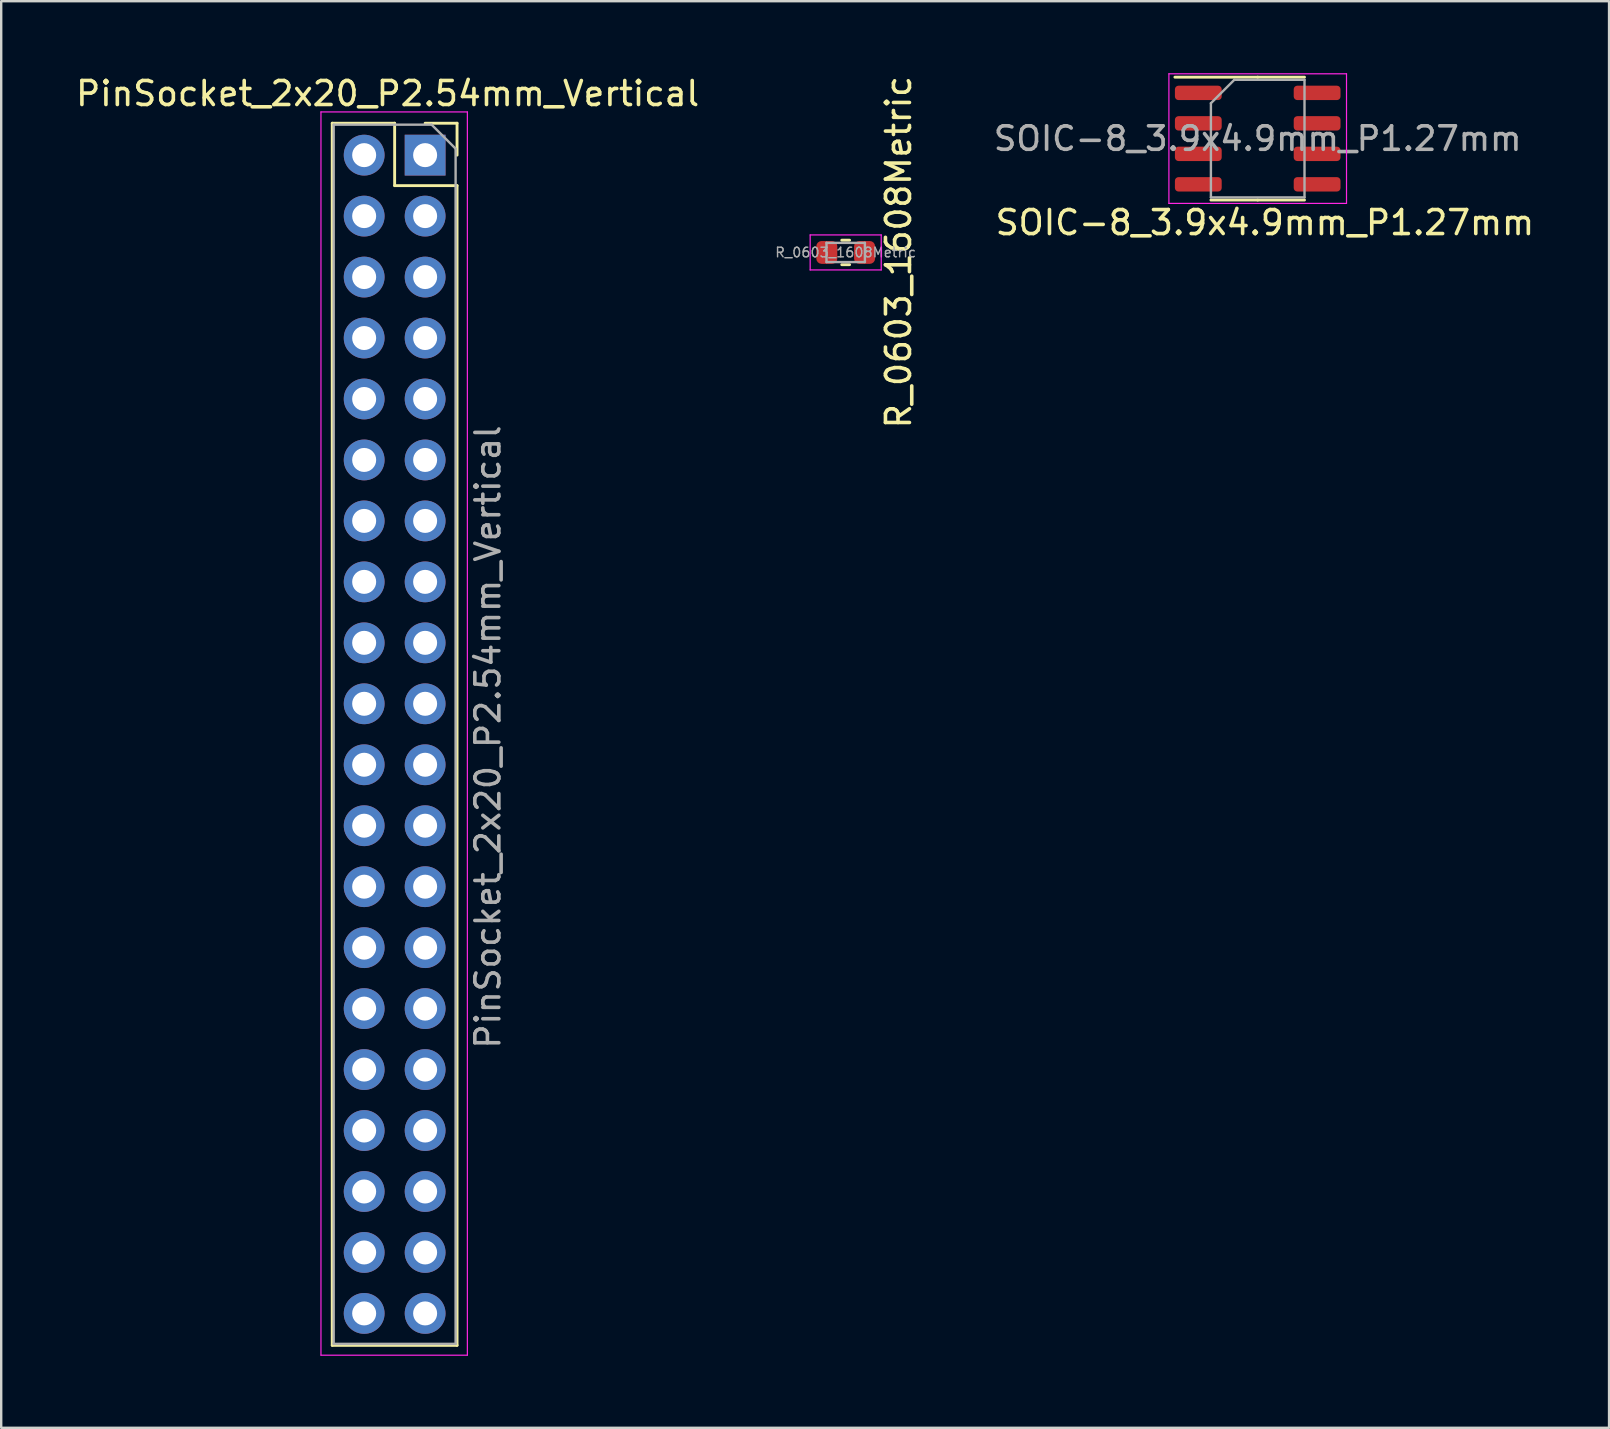
<source format=kicad_pcb>
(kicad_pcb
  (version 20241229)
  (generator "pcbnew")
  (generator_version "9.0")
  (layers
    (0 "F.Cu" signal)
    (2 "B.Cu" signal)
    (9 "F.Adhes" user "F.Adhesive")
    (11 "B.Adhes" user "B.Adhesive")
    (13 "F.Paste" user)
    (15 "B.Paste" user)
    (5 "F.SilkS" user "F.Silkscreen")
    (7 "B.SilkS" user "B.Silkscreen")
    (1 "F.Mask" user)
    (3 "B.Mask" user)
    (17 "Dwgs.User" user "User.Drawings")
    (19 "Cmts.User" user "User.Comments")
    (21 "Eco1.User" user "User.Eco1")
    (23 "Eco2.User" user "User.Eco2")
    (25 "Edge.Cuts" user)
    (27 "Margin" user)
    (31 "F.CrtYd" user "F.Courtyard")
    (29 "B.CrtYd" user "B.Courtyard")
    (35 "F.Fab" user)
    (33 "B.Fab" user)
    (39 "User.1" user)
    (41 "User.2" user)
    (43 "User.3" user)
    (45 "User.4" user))
  (footprint "PinSocket_2x20_P2.54mm_Vertical"
    (layer "F.Cu")
    (at 14.663 3.414)
    (property "Reference" "PinSocket_2x20_P2.54mm_Vertical" (at -1.562 -2.565 180) (layer "F.SilkS") (effects (font (size 1 1) (thickness 0.15))))
    (attr through_hole)
    (fp_line (start -3.87 -1.33) (end -3.87 49.59) (stroke (width 0.12) (type solid)) (layer "F.SilkS"))
    (fp_line (start -3.87 -1.33) (end -1.27 -1.33) (stroke (width 0.12) (type solid)) (layer "F.SilkS"))
    (fp_line (start -3.87 49.59) (end 1.33 49.59) (stroke (width 0.12) (type solid)) (layer "F.SilkS"))
    (fp_line (start -1.27 -1.33) (end -1.27 1.27) (stroke (width 0.12) (type solid)) (layer "F.SilkS"))
    (fp_line (start -1.27 1.27) (end 1.33 1.27) (stroke (width 0.12) (type solid)) (layer "F.SilkS"))
    (fp_line (start 0 -1.33) (end 1.33 -1.33) (stroke (width 0.12) (type solid)) (layer "F.SilkS"))
    (fp_line (start 1.33 -1.33) (end 1.33 0) (stroke (width 0.12) (type solid)) (layer "F.SilkS"))
    (fp_line (start 1.33 1.27) (end 1.33 49.59) (stroke (width 0.12) (type solid)) (layer "F.SilkS"))
    (fp_line (start -4.34 -1.8) (end 1.76 -1.8) (stroke (width 0.05) (type solid)) (layer "F.CrtYd"))
    (fp_line (start -4.34 50) (end -4.34 -1.8) (stroke (width 0.05) (type solid)) (layer "F.CrtYd"))
    (fp_line (start 1.76 -1.8) (end 1.76 50) (stroke (width 0.05) (type solid)) (layer "F.CrtYd"))
    (fp_line (start 1.76 50) (end -4.34 50) (stroke (width 0.05) (type solid)) (layer "F.CrtYd"))
    (fp_line (start -3.81 -1.27) (end 0.27 -1.27) (stroke (width 0.1) (type solid)) (layer "F.Fab"))
    (fp_line (start -3.81 49.53) (end -3.81 -1.27) (stroke (width 0.1) (type solid)) (layer "F.Fab"))
    (fp_line (start 0.27 -1.27) (end 1.27 -0.27) (stroke (width 0.1) (type solid)) (layer "F.Fab"))
    (fp_line (start 1.27 -0.27) (end 1.27 49.53) (stroke (width 0.1) (type solid)) (layer "F.Fab"))
    (fp_line (start 1.27 49.53) (end -3.81 49.53) (stroke (width 0.1) (type solid)) (layer "F.Fab"))
    (fp_text user "${REFERENCE}" (at 2.616 24.244 90) (layer "F.Fab") (effects (font (size 1 1) (thickness 0.15))))
    (pad "1" thru_hole rect (at 0 0) (size 1.7 1.7) (drill 1) (layers "*.Cu" "*.Mask"))
    (pad "2" thru_hole oval (at -2.54 0) (size 1.7 1.7) (drill 1) (layers "*.Cu" "*.Mask"))
    (pad "3" thru_hole oval (at 0 2.54) (size 1.7 1.7) (drill 1) (layers "*.Cu" "*.Mask"))
    (pad "4" thru_hole oval (at -2.54 2.54) (size 1.7 1.7) (drill 1) (layers "*.Cu" "*.Mask"))
    (pad "5" thru_hole oval (at 0 5.08) (size 1.7 1.7) (drill 1) (layers "*.Cu" "*.Mask"))
    (pad "6" thru_hole oval (at -2.54 5.08) (size 1.7 1.7) (drill 1) (layers "*.Cu" "*.Mask"))
    (pad "7" thru_hole oval (at 0 7.62) (size 1.7 1.7) (drill 1) (layers "*.Cu" "*.Mask"))
    (pad "8" thru_hole oval (at -2.54 7.62) (size 1.7 1.7) (drill 1) (layers "*.Cu" "*.Mask"))
    (pad "9" thru_hole oval (at 0 10.16) (size 1.7 1.7) (drill 1) (layers "*.Cu" "*.Mask"))
    (pad "10" thru_hole oval (at -2.54 10.16) (size 1.7 1.7) (drill 1) (layers "*.Cu" "*.Mask"))
    (pad "11" thru_hole oval (at 0 12.7) (size 1.7 1.7) (drill 1) (layers "*.Cu" "*.Mask"))
    (pad "12" thru_hole oval (at -2.54 12.7) (size 1.7 1.7) (drill 1) (layers "*.Cu" "*.Mask"))
    (pad "13" thru_hole oval (at 0 15.24) (size 1.7 1.7) (drill 1) (layers "*.Cu" "*.Mask"))
    (pad "14" thru_hole oval (at -2.54 15.24) (size 1.7 1.7) (drill 1) (layers "*.Cu" "*.Mask"))
    (pad "15" thru_hole oval (at 0 17.78) (size 1.7 1.7) (drill 1) (layers "*.Cu" "*.Mask"))
    (pad "16" thru_hole oval (at -2.54 17.78) (size 1.7 1.7) (drill 1) (layers "*.Cu" "*.Mask"))
    (pad "17" thru_hole oval (at 0 20.32) (size 1.7 1.7) (drill 1) (layers "*.Cu" "*.Mask"))
    (pad "18" thru_hole oval (at -2.54 20.32) (size 1.7 1.7) (drill 1) (layers "*.Cu" "*.Mask"))
    (pad "19" thru_hole oval (at 0 22.86) (size 1.7 1.7) (drill 1) (layers "*.Cu" "*.Mask"))
    (pad "20" thru_hole oval (at -2.54 22.86) (size 1.7 1.7) (drill 1) (layers "*.Cu" "*.Mask"))
    (pad "21" thru_hole oval (at 0 25.4) (size 1.7 1.7) (drill 1) (layers "*.Cu" "*.Mask"))
    (pad "22" thru_hole oval (at -2.54 25.4) (size 1.7 1.7) (drill 1) (layers "*.Cu" "*.Mask"))
    (pad "23" thru_hole oval (at 0 27.94) (size 1.7 1.7) (drill 1) (layers "*.Cu" "*.Mask"))
    (pad "24" thru_hole oval (at -2.54 27.94) (size 1.7 1.7) (drill 1) (layers "*.Cu" "*.Mask"))
    (pad "25" thru_hole oval (at 0 30.48) (size 1.7 1.7) (drill 1) (layers "*.Cu" "*.Mask"))
    (pad "26" thru_hole oval (at -2.54 30.48) (size 1.7 1.7) (drill 1) (layers "*.Cu" "*.Mask"))
    (pad "27" thru_hole oval (at 0 33.02) (size 1.7 1.7) (drill 1) (layers "*.Cu" "*.Mask"))
    (pad "28" thru_hole oval (at -2.54 33.02) (size 1.7 1.7) (drill 1) (layers "*.Cu" "*.Mask"))
    (pad "29" thru_hole oval (at 0 35.56) (size 1.7 1.7) (drill 1) (layers "*.Cu" "*.Mask"))
    (pad "30" thru_hole oval (at -2.54 35.56) (size 1.7 1.7) (drill 1) (layers "*.Cu" "*.Mask"))
    (pad "31" thru_hole oval (at 0 38.1) (size 1.7 1.7) (drill 1) (layers "*.Cu" "*.Mask"))
    (pad "32" thru_hole oval (at -2.54 38.1) (size 1.7 1.7) (drill 1) (layers "*.Cu" "*.Mask"))
    (pad "33" thru_hole oval (at 0 40.64) (size 1.7 1.7) (drill 1) (layers "*.Cu" "*.Mask"))
    (pad "34" thru_hole oval (at -2.54 40.64) (size 1.7 1.7) (drill 1) (layers "*.Cu" "*.Mask"))
    (pad "35" thru_hole oval (at 0 43.18) (size 1.7 1.7) (drill 1) (layers "*.Cu" "*.Mask"))
    (pad "36" thru_hole oval (at -2.54 43.18) (size 1.7 1.7) (drill 1) (layers "*.Cu" "*.Mask"))
    (pad "37" thru_hole oval (at 0 45.72) (size 1.7 1.7) (drill 1) (layers "*.Cu" "*.Mask"))
    (pad "38" thru_hole oval (at -2.54 45.72) (size 1.7 1.7) (drill 1) (layers "*.Cu" "*.Mask"))
    (pad "39" thru_hole oval (at 0 48.26) (size 1.7 1.7) (drill 1) (layers "*.Cu" "*.Mask"))
    (pad "40" thru_hole oval (at -2.54 48.26) (size 1.7 1.7) (drill 1) (layers "*.Cu" "*.Mask")))
  (footprint "R_0603_1608Metric"
    (layer "F.Cu")
    (at 32.186 7.468)
    (property "Reference" "R_0603_1608Metric" (at 2.202 -0.01 270) (layer "F.SilkS") (effects (font (size 1 1) (thickness 0.15))))
    (attr smd)
    (fp_line (start -0.163 -0.51) (end 0.163 -0.51) (stroke (width 0.12) (type solid)) (layer "F.SilkS"))
    (fp_line (start -0.163 0.51) (end 0.163 0.51) (stroke (width 0.12) (type solid)) (layer "F.SilkS"))
    (fp_line (start -1.48 -0.73) (end 1.48 -0.73) (stroke (width 0.05) (type solid)) (layer "F.CrtYd"))
    (fp_line (start -1.48 0.73) (end -1.48 -0.73) (stroke (width 0.05) (type solid)) (layer "F.CrtYd"))
    (fp_line (start 1.48 -0.73) (end 1.48 0.73) (stroke (width 0.05) (type solid)) (layer "F.CrtYd"))
    (fp_line (start 1.48 0.73) (end -1.48 0.73) (stroke (width 0.05) (type solid)) (layer "F.CrtYd"))
    (fp_line (start -0.8 -0.4) (end 0.8 -0.4) (stroke (width 0.1) (type solid)) (layer "F.Fab"))
    (fp_line (start -0.8 0.4) (end -0.8 -0.4) (stroke (width 0.1) (type solid)) (layer "F.Fab"))
    (fp_line (start 0.8 -0.4) (end 0.8 0.4) (stroke (width 0.1) (type solid)) (layer "F.Fab"))
    (fp_line (start 0.8 0.4) (end -0.8 0.4) (stroke (width 0.1) (type solid)) (layer "F.Fab"))
    (fp_text user "${REFERENCE}" (at 0 0 180) (layer "F.Fab") (effects (font (size 0.4 0.4) (thickness 0.06))))
    (pad "1" smd roundrect (at -0.787 0) (size 0.875 0.95) (layers "F.Cu" "F.Mask" "F.Paste") (roundrect_rratio 0.25))
    (pad "2" smd roundrect (at 0.787 0) (size 0.875 0.95) (layers "F.Cu" "F.Mask" "F.Paste") (roundrect_rratio 0.25)))
  (footprint "SOIC-8_3.9x4.9mm_P1.27mm"
    (layer "F.Cu")
    (at 49.353 2.725)
    (property "Reference" "SOIC-8_3.9x4.9mm_P1.27mm" (at 0.3 3.5 0) (layer "F.SilkS") (effects (font (size 1 1) (thickness 0.15))))
    (attr smd)
    (fp_line (start 0 -2.56) (end -3.45 -2.56) (stroke (width 0.12) (type solid)) (layer "F.SilkS"))
    (fp_line (start 0 -2.56) (end 1.95 -2.56) (stroke (width 0.12) (type solid)) (layer "F.SilkS"))
    (fp_line (start 0 2.56) (end -1.95 2.56) (stroke (width 0.12) (type solid)) (layer "F.SilkS"))
    (fp_line (start 0 2.56) (end 1.95 2.56) (stroke (width 0.12) (type solid)) (layer "F.SilkS"))
    (fp_line (start -3.7 -2.7) (end -3.7 2.7) (stroke (width 0.05) (type solid)) (layer "F.CrtYd"))
    (fp_line (start -3.7 2.7) (end 3.7 2.7) (stroke (width 0.05) (type solid)) (layer "F.CrtYd"))
    (fp_line (start 3.7 -2.7) (end -3.7 -2.7) (stroke (width 0.05) (type solid)) (layer "F.CrtYd"))
    (fp_line (start 3.7 2.7) (end 3.7 -2.7) (stroke (width 0.05) (type solid)) (layer "F.CrtYd"))
    (fp_line (start -1.95 -1.475) (end -0.975 -2.45) (stroke (width 0.1) (type solid)) (layer "F.Fab"))
    (fp_line (start -1.95 2.45) (end -1.95 -1.475) (stroke (width 0.1) (type solid)) (layer "F.Fab"))
    (fp_line (start -0.975 -2.45) (end 1.95 -2.45) (stroke (width 0.1) (type solid)) (layer "F.Fab"))
    (fp_line (start 1.95 -2.45) (end 1.95 2.45) (stroke (width 0.1) (type solid)) (layer "F.Fab"))
    (fp_line (start 1.95 2.45) (end -1.95 2.45) (stroke (width 0.1) (type solid)) (layer "F.Fab"))
    (fp_text user "${REFERENCE}" (at 0 0 0) (layer "F.Fab") (effects (font (size 0.98 0.98) (thickness 0.15))))
    (pad "1" smd roundrect (at -2.475 -1.905) (size 1.95 0.6) (layers "F.Cu" "F.Mask" "F.Paste") (roundrect_rratio 0.25))
    (pad "2" smd roundrect (at -2.475 -0.635) (size 1.95 0.6) (layers "F.Cu" "F.Mask" "F.Paste") (roundrect_rratio 0.25))
    (pad "3" smd roundrect (at -2.475 0.635) (size 1.95 0.6) (layers "F.Cu" "F.Mask" "F.Paste") (roundrect_rratio 0.25))
    (pad "4" smd roundrect (at -2.475 1.905) (size 1.95 0.6) (layers "F.Cu" "F.Mask" "F.Paste") (roundrect_rratio 0.25))
    (pad "5" smd roundrect (at 2.475 1.905) (size 1.95 0.6) (layers "F.Cu" "F.Mask" "F.Paste") (roundrect_rratio 0.25))
    (pad "6" smd roundrect (at 2.475 0.635) (size 1.95 0.6) (layers "F.Cu" "F.Mask" "F.Paste") (roundrect_rratio 0.25))
    (pad "7" smd roundrect (at 2.475 -0.635) (size 1.95 0.6) (layers "F.Cu" "F.Mask" "F.Paste") (roundrect_rratio 0.25))
    (pad "8" smd roundrect (at 2.475 -1.905) (size 1.95 0.6) (layers "F.Cu" "F.Mask" "F.Paste") (roundrect_rratio 0.25)))
  (gr_rect
    (start -3 -3)
    (end 63.992 56.439)
    (stroke (width 0.1) (type default))
    (fill no)
    (layer "Edge.Cuts")))
</source>
